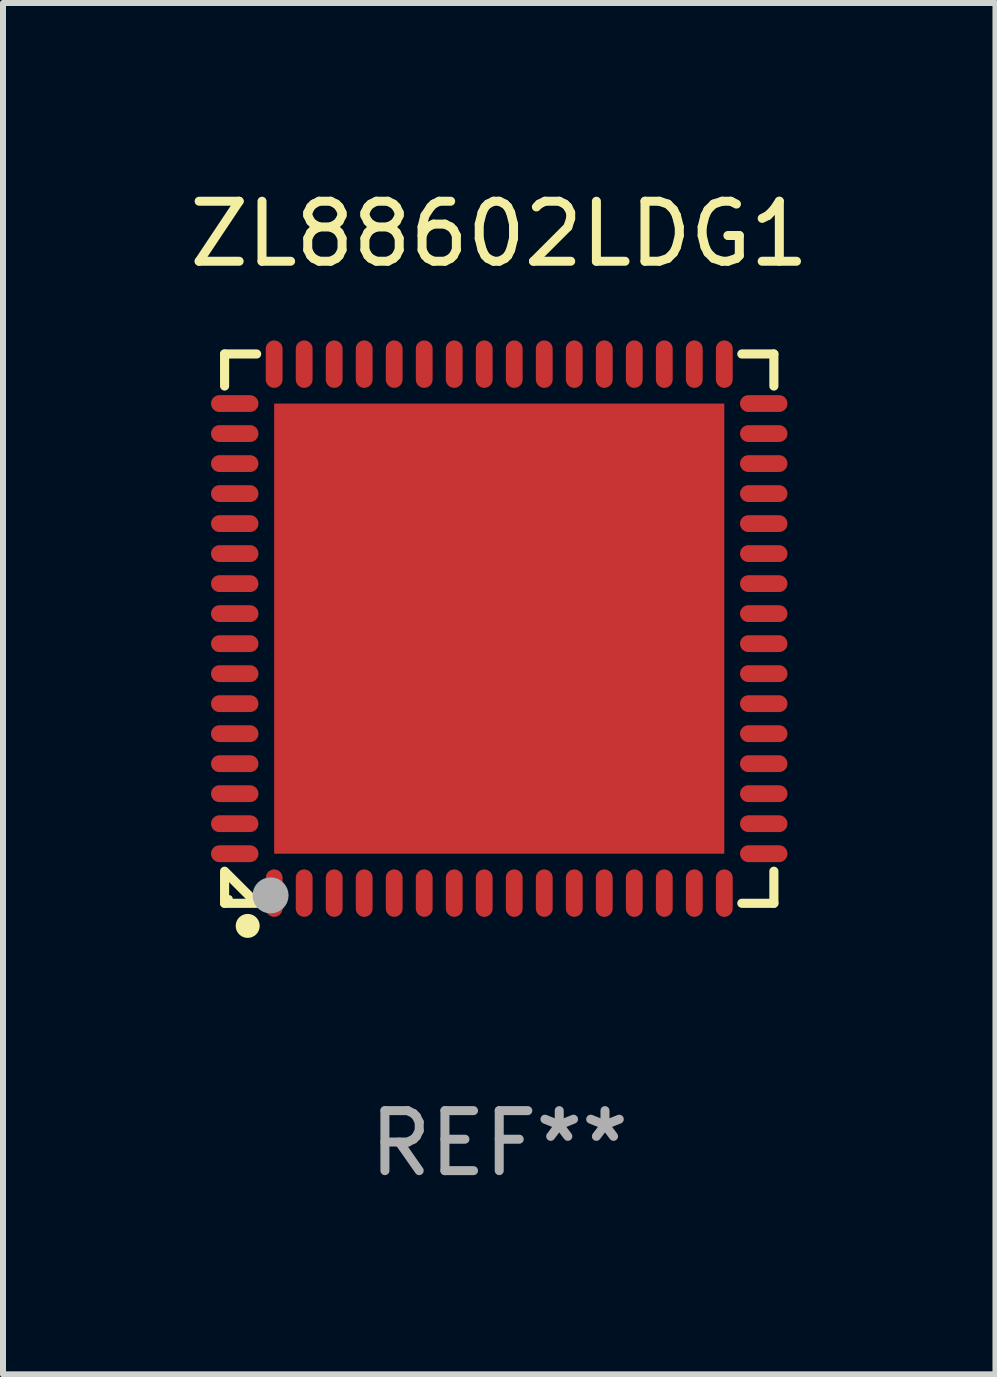
<source format=kicad_pcb>
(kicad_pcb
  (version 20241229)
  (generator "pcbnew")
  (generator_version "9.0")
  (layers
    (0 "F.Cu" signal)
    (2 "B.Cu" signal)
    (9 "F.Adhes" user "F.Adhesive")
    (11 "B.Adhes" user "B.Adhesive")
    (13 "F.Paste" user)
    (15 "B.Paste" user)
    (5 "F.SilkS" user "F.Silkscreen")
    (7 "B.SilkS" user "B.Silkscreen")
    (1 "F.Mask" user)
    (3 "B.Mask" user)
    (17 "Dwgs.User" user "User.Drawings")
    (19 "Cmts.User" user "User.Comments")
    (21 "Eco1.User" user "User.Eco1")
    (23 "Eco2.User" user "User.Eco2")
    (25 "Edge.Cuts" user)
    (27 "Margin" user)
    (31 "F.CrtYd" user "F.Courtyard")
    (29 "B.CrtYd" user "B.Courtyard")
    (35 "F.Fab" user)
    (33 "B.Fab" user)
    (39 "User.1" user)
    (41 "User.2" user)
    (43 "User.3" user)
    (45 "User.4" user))
  (footprint "ZL88602LDG1"
    (layer "F.Cu")
    (at 5.268 7.424)
    (property "Reference" "ZL88602LDG1" (at 0 -6.576 0) (layer "F.SilkS") (effects (font (size 1 1) (thickness 0.15))))
    (attr through_hole)
    (fp_line (start -4.576 -4.576) (end -4.576 -4.042) (stroke (width 0.152) (type solid)) (layer "F.SilkS"))
    (fp_line (start -4.576 4.576) (end -4.576 4.042) (stroke (width 0.152) (type solid)) (layer "F.SilkS"))
    (fp_line (start -4.069 4.549) (end -4.549 4.069) (stroke (width 0.152) (type solid)) (layer "F.SilkS"))
    (fp_line (start -4.042 -4.576) (end -4.576 -4.576) (stroke (width 0.152) (type solid)) (layer "F.SilkS"))
    (fp_line (start -4.042 4.576) (end -4.576 4.576) (stroke (width 0.152) (type solid)) (layer "F.SilkS"))
    (fp_line (start 4.042 -4.576) (end 4.576 -4.576) (stroke (width 0.152) (type solid)) (layer "F.SilkS"))
    (fp_line (start 4.042 4.576) (end 4.576 4.576) (stroke (width 0.152) (type solid)) (layer "F.SilkS"))
    (fp_line (start 4.576 -4.576) (end 4.576 -4.042) (stroke (width 0.152) (type solid)) (layer "F.SilkS"))
    (fp_line (start 4.576 4.576) (end 4.576 4.042) (stroke (width 0.152) (type solid)) (layer "F.SilkS"))
    (fp_circle (center -4.5 4.5) (end -4.47 4.5) (stroke (width 0.06) (type solid)) (fill no) (layer "F.SilkS"))
    (fp_circle (center -4.191 4.953) (end -4.091 4.953) (stroke (width 0.2) (type solid)) (fill no) (layer "F.SilkS"))
    (fp_circle (center -3.81 4.445) (end -3.66 4.445) (stroke (width 0.3) (type solid)) (fill no) (layer "F.Fab"))
    (fp_text user "REF**" (at 0 8.576 0) (layer "F.Fab") (effects (font (size 1 1) (thickness 0.15))))
    (pad "1" smd oval (at -3.75 4.407) (size 0.28 0.79) (layers "F.Cu" "F.Mask" "F.Paste"))
    (pad "2" smd oval (at -3.25 4.407) (size 0.28 0.79) (layers "F.Cu" "F.Mask" "F.Paste"))
    (pad "3" smd oval (at -2.75 4.407) (size 0.28 0.79) (layers "F.Cu" "F.Mask" "F.Paste"))
    (pad "4" smd oval (at -2.25 4.407) (size 0.28 0.79) (layers "F.Cu" "F.Mask" "F.Paste"))
    (pad "5" smd oval (at -1.75 4.407) (size 0.28 0.79) (layers "F.Cu" "F.Mask" "F.Paste"))
    (pad "6" smd oval (at -1.25 4.407) (size 0.28 0.79) (layers "F.Cu" "F.Mask" "F.Paste"))
    (pad "7" smd oval (at -0.75 4.407) (size 0.28 0.79) (layers "F.Cu" "F.Mask" "F.Paste"))
    (pad "8" smd oval (at -0.25 4.407) (size 0.28 0.79) (layers "F.Cu" "F.Mask" "F.Paste"))
    (pad "9" smd oval (at 0.25 4.407) (size 0.28 0.79) (layers "F.Cu" "F.Mask" "F.Paste"))
    (pad "10" smd oval (at 0.75 4.407) (size 0.28 0.79) (layers "F.Cu" "F.Mask" "F.Paste"))
    (pad "11" smd oval (at 1.25 4.407) (size 0.28 0.79) (layers "F.Cu" "F.Mask" "F.Paste"))
    (pad "12" smd oval (at 1.75 4.407) (size 0.28 0.79) (layers "F.Cu" "F.Mask" "F.Paste"))
    (pad "13" smd oval (at 2.25 4.407) (size 0.28 0.79) (layers "F.Cu" "F.Mask" "F.Paste"))
    (pad "14" smd oval (at 2.75 4.407) (size 0.28 0.79) (layers "F.Cu" "F.Mask" "F.Paste"))
    (pad "15" smd oval (at 3.25 4.407) (size 0.28 0.79) (layers "F.Cu" "F.Mask" "F.Paste"))
    (pad "16" smd oval (at 3.75 4.407) (size 0.28 0.79) (layers "F.Cu" "F.Mask" "F.Paste"))
    (pad "17" smd oval (at 4.407 3.75) (size 0.79 0.28) (layers "F.Cu" "F.Mask" "F.Paste"))
    (pad "18" smd oval (at 4.407 3.25) (size 0.79 0.28) (layers "F.Cu" "F.Mask" "F.Paste"))
    (pad "19" smd oval (at 4.407 2.75) (size 0.79 0.28) (layers "F.Cu" "F.Mask" "F.Paste"))
    (pad "20" smd oval (at 4.407 2.25) (size 0.79 0.28) (layers "F.Cu" "F.Mask" "F.Paste"))
    (pad "21" smd oval (at 4.407 1.75) (size 0.79 0.28) (layers "F.Cu" "F.Mask" "F.Paste"))
    (pad "22" smd oval (at 4.407 1.25) (size 0.79 0.28) (layers "F.Cu" "F.Mask" "F.Paste"))
    (pad "23" smd oval (at 4.407 0.75) (size 0.79 0.28) (layers "F.Cu" "F.Mask" "F.Paste"))
    (pad "24" smd oval (at 4.407 0.25) (size 0.79 0.28) (layers "F.Cu" "F.Mask" "F.Paste"))
    (pad "25" smd oval (at 4.407 -0.25) (size 0.79 0.28) (layers "F.Cu" "F.Mask" "F.Paste"))
    (pad "26" smd oval (at 4.407 -0.75) (size 0.79 0.28) (layers "F.Cu" "F.Mask" "F.Paste"))
    (pad "27" smd oval (at 4.407 -1.25) (size 0.79 0.28) (layers "F.Cu" "F.Mask" "F.Paste"))
    (pad "28" smd oval (at 4.407 -1.75) (size 0.79 0.28) (layers "F.Cu" "F.Mask" "F.Paste"))
    (pad "29" smd oval (at 4.407 -2.25) (size 0.79 0.28) (layers "F.Cu" "F.Mask" "F.Paste"))
    (pad "30" smd oval (at 4.407 -2.75) (size 0.79 0.28) (layers "F.Cu" "F.Mask" "F.Paste"))
    (pad "31" smd oval (at 4.407 -3.25) (size 0.79 0.28) (layers "F.Cu" "F.Mask" "F.Paste"))
    (pad "32" smd oval (at 4.407 -3.75) (size 0.79 0.28) (layers "F.Cu" "F.Mask" "F.Paste"))
    (pad "33" smd oval (at 3.75 -4.407) (size 0.28 0.79) (layers "F.Cu" "F.Mask" "F.Paste"))
    (pad "34" smd oval (at 3.25 -4.407) (size 0.28 0.79) (layers "F.Cu" "F.Mask" "F.Paste"))
    (pad "35" smd oval (at 2.75 -4.407) (size 0.28 0.79) (layers "F.Cu" "F.Mask" "F.Paste"))
    (pad "36" smd oval (at 2.25 -4.407) (size 0.28 0.79) (layers "F.Cu" "F.Mask" "F.Paste"))
    (pad "37" smd oval (at 1.75 -4.407) (size 0.28 0.79) (layers "F.Cu" "F.Mask" "F.Paste"))
    (pad "38" smd oval (at 1.25 -4.407) (size 0.28 0.79) (layers "F.Cu" "F.Mask" "F.Paste"))
    (pad "39" smd oval (at 0.75 -4.407) (size 0.28 0.79) (layers "F.Cu" "F.Mask" "F.Paste"))
    (pad "40" smd oval (at 0.25 -4.407) (size 0.28 0.79) (layers "F.Cu" "F.Mask" "F.Paste"))
    (pad "41" smd oval (at -0.25 -4.407) (size 0.28 0.79) (layers "F.Cu" "F.Mask" "F.Paste"))
    (pad "42" smd oval (at -0.75 -4.407) (size 0.28 0.79) (layers "F.Cu" "F.Mask" "F.Paste"))
    (pad "43" smd oval (at -1.25 -4.407) (size 0.28 0.79) (layers "F.Cu" "F.Mask" "F.Paste"))
    (pad "44" smd oval (at -1.75 -4.407) (size 0.28 0.79) (layers "F.Cu" "F.Mask" "F.Paste"))
    (pad "45" smd oval (at -2.25 -4.407) (size 0.28 0.79) (layers "F.Cu" "F.Mask" "F.Paste"))
    (pad "46" smd oval (at -2.75 -4.407) (size 0.28 0.79) (layers "F.Cu" "F.Mask" "F.Paste"))
    (pad "47" smd oval (at -3.25 -4.407) (size 0.28 0.79) (layers "F.Cu" "F.Mask" "F.Paste"))
    (pad "48" smd oval (at -3.75 -4.407) (size 0.28 0.79) (layers "F.Cu" "F.Mask" "F.Paste"))
    (pad "49" smd oval (at -4.407 -3.75) (size 0.79 0.28) (layers "F.Cu" "F.Mask" "F.Paste"))
    (pad "50" smd oval (at -4.407 -3.25) (size 0.79 0.28) (layers "F.Cu" "F.Mask" "F.Paste"))
    (pad "51" smd oval (at -4.407 -2.75) (size 0.79 0.28) (layers "F.Cu" "F.Mask" "F.Paste"))
    (pad "52" smd oval (at -4.407 -2.25) (size 0.79 0.28) (layers "F.Cu" "F.Mask" "F.Paste"))
    (pad "53" smd oval (at -4.407 -1.75) (size 0.79 0.28) (layers "F.Cu" "F.Mask" "F.Paste"))
    (pad "54" smd oval (at -4.407 -1.25) (size 0.79 0.28) (layers "F.Cu" "F.Mask" "F.Paste"))
    (pad "55" smd oval (at -4.407 -0.75) (size 0.79 0.28) (layers "F.Cu" "F.Mask" "F.Paste"))
    (pad "56" smd oval (at -4.407 -0.25) (size 0.79 0.28) (layers "F.Cu" "F.Mask" "F.Paste"))
    (pad "57" smd oval (at -4.407 0.25) (size 0.79 0.28) (layers "F.Cu" "F.Mask" "F.Paste"))
    (pad "58" smd oval (at -4.407 0.75) (size 0.79 0.28) (layers "F.Cu" "F.Mask" "F.Paste"))
    (pad "59" smd oval (at -4.407 1.25) (size 0.79 0.28) (layers "F.Cu" "F.Mask" "F.Paste"))
    (pad "60" smd oval (at -4.407 1.75) (size 0.79 0.28) (layers "F.Cu" "F.Mask" "F.Paste"))
    (pad "61" smd oval (at -4.407 2.25) (size 0.79 0.28) (layers "F.Cu" "F.Mask" "F.Paste"))
    (pad "62" smd oval (at -4.407 2.75) (size 0.79 0.28) (layers "F.Cu" "F.Mask" "F.Paste"))
    (pad "63" smd oval (at -4.407 3.25) (size 0.79 0.28) (layers "F.Cu" "F.Mask" "F.Paste"))
    (pad "64" smd oval (at -4.407 3.75) (size 0.79 0.28) (layers "F.Cu" "F.Mask" "F.Paste"))
    (pad "65" smd rect (at 0 0) (size 7.5 7.5) (layers "F.Cu" "F.Mask" "F.Paste")))
  (gr_rect
    (start -3 -3)
    (end 13.536 19.849)
    (stroke (width 0.1) (type default))
    (fill no)
    (layer "Edge.Cuts")))
</source>
